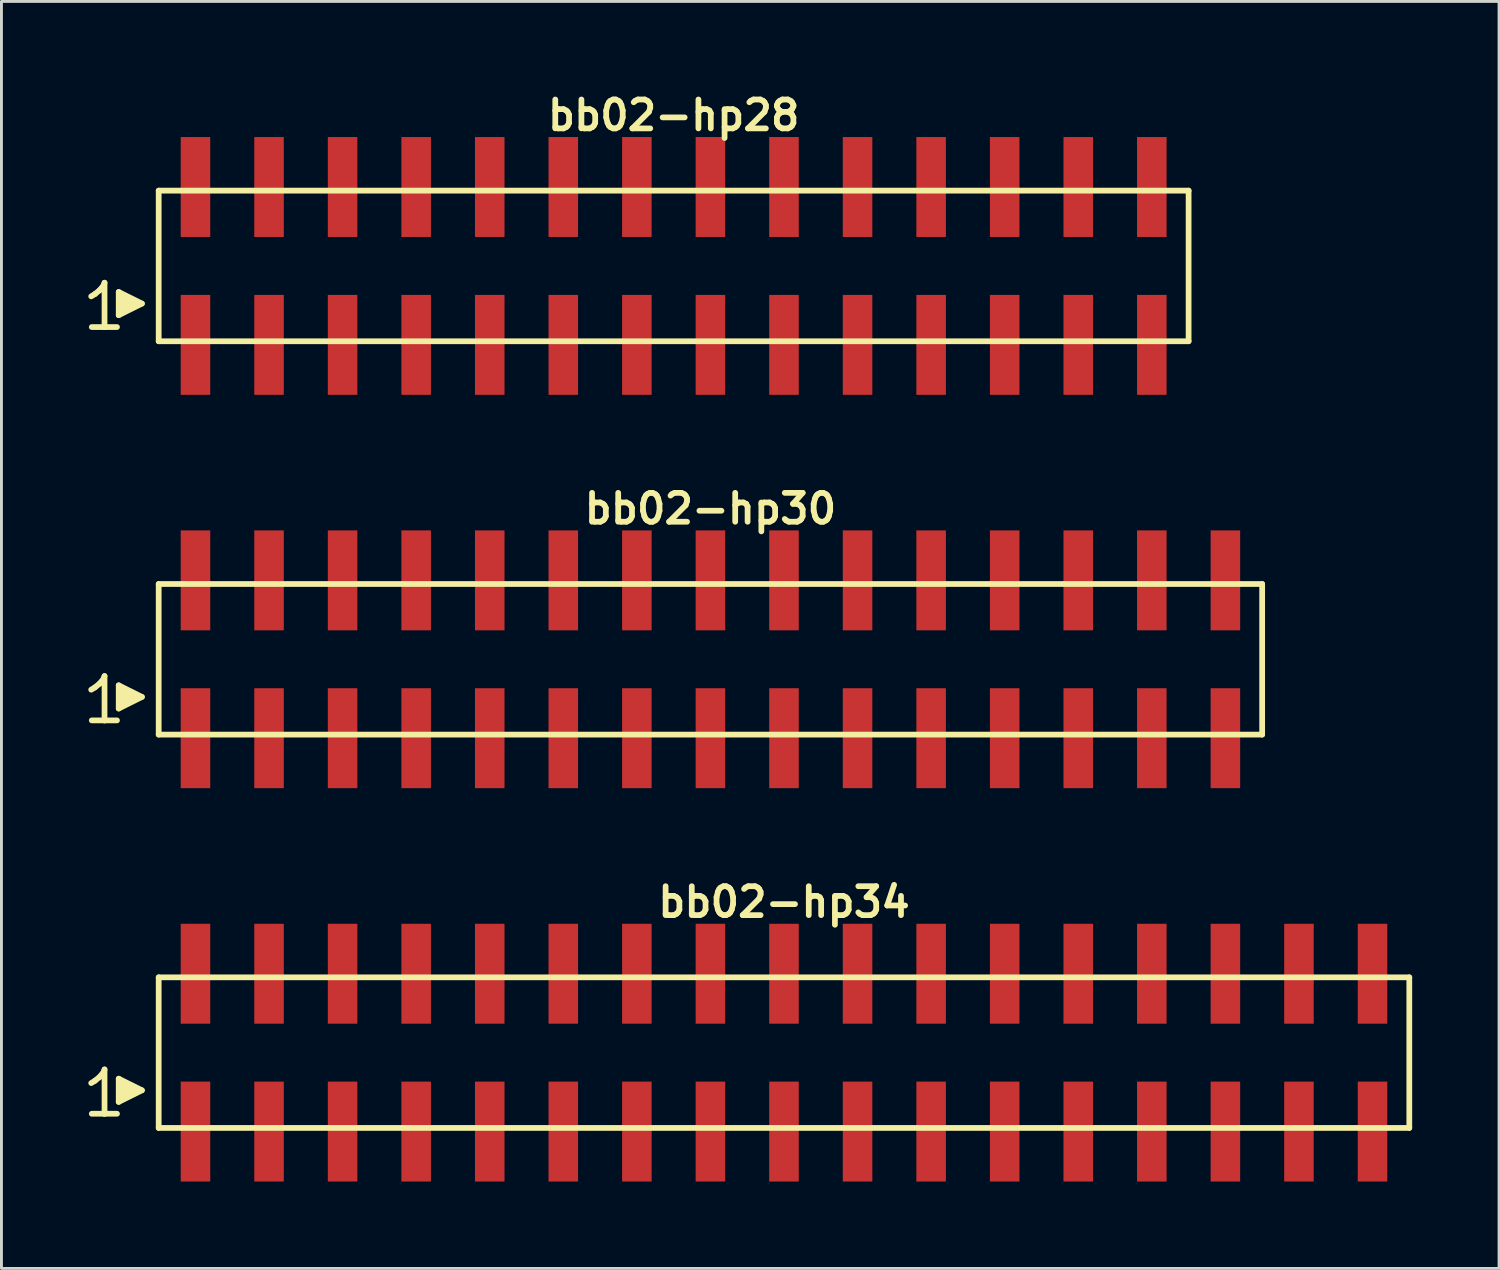
<source format=kicad_pcb>
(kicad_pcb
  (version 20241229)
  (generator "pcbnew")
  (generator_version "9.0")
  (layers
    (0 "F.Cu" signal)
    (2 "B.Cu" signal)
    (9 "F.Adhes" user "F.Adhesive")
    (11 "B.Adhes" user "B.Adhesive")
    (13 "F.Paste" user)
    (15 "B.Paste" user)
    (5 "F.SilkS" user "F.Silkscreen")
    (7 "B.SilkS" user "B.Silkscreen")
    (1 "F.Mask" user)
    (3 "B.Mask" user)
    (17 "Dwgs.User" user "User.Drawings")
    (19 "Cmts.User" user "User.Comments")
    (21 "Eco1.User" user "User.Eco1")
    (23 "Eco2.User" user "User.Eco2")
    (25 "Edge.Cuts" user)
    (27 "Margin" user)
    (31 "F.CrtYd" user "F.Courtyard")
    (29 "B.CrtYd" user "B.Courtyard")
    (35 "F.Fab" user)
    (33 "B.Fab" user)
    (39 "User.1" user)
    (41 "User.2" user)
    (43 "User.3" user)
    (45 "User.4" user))
  (footprint "bb02-hp34"
    (layer "F.Cu")
    (at 24.019 33.295)
    (property "Reference" "bb02-hp34" (at 0 -5.2 0) (layer "F.SilkS") (effects (font (size 0.998 0.998) (thickness 0.198))))
    (attr smd)
    (fp_line (start -23.92 1.05) (end -23.79 0.97) (stroke (width 0.198) (type solid)) (layer "F.SilkS"))
    (fp_line (start -23.79 0.97) (end -23.63 0.84) (stroke (width 0.198) (type solid)) (layer "F.SilkS"))
    (fp_line (start -23.63 0.84) (end -23.49 0.67) (stroke (width 0.198) (type solid)) (layer "F.SilkS"))
    (fp_line (start -23.49 0.67) (end -23.46 0.58) (stroke (width 0.198) (type solid)) (layer "F.SilkS"))
    (fp_line (start -23.46 0.58) (end -23.46 2.11) (stroke (width 0.198) (type solid)) (layer "F.SilkS"))
    (fp_line (start -23.46 2.11) (end -23.9 2.11) (stroke (width 0.198) (type solid)) (layer "F.SilkS"))
    (fp_line (start -23.03 2.11) (end -23.47 2.11) (stroke (width 0.198) (type solid)) (layer "F.SilkS"))
    (fp_line (start -22.97 0.9) (end -22.17 1.3) (stroke (width 0.198) (type solid)) (layer "F.SilkS"))
    (fp_line (start -22.97 1.7) (end -22.97 0.9) (stroke (width 0.198) (type solid)) (layer "F.SilkS"))
    (fp_line (start -22.87 1.6) (end -22.87 1) (stroke (width 0.198) (type solid)) (layer "F.SilkS"))
    (fp_line (start -22.77 1.1) (end -22.77 1.5) (stroke (width 0.198) (type solid)) (layer "F.SilkS"))
    (fp_line (start -22.67 1.5) (end -22.67 1.1) (stroke (width 0.198) (type solid)) (layer "F.SilkS"))
    (fp_line (start -22.57 1.2) (end -22.57 1.4) (stroke (width 0.198) (type solid)) (layer "F.SilkS"))
    (fp_line (start -22.47 1.4) (end -22.47 1.2) (stroke (width 0.198) (type solid)) (layer "F.SilkS"))
    (fp_line (start -22.17 1.3) (end -22.97 1.7) (stroke (width 0.198) (type solid)) (layer "F.SilkS"))
    (fp_line (start -21.59 -2.6) (end -21.59 2.6) (stroke (width 0.198) (type solid)) (layer "F.SilkS"))
    (fp_line (start -21.59 -2.6) (end 21.59 -2.6) (stroke (width 0.198) (type solid)) (layer "F.SilkS"))
    (fp_line (start 21.59 2.6) (end -21.59 2.6) (stroke (width 0.198) (type solid)) (layer "F.SilkS"))
    (fp_line (start 21.59 2.6) (end 21.59 -2.6) (stroke (width 0.198) (type solid)) (layer "F.SilkS"))
    (pad "1" smd rect (at -20.32 2.725) (size 1.02 3.45) (layers "F.Cu" "F.Mask" "F.Paste"))
    (pad "2" smd rect (at -20.32 -2.725) (size 1.02 3.45) (layers "F.Cu" "F.Mask" "F.Paste"))
    (pad "3" smd rect (at -17.78 2.725) (size 1.02 3.45) (layers "F.Cu" "F.Mask" "F.Paste"))
    (pad "4" smd rect (at -17.78 -2.725) (size 1.02 3.45) (layers "F.Cu" "F.Mask" "F.Paste"))
    (pad "5" smd rect (at -15.24 2.725) (size 1.02 3.45) (layers "F.Cu" "F.Mask" "F.Paste"))
    (pad "6" smd rect (at -15.24 -2.725) (size 1.02 3.45) (layers "F.Cu" "F.Mask" "F.Paste"))
    (pad "7" smd rect (at -12.7 2.725) (size 1.02 3.45) (layers "F.Cu" "F.Mask" "F.Paste"))
    (pad "8" smd rect (at -12.7 -2.725) (size 1.02 3.45) (layers "F.Cu" "F.Mask" "F.Paste"))
    (pad "9" smd rect (at -10.16 2.725) (size 1.02 3.45) (layers "F.Cu" "F.Mask" "F.Paste"))
    (pad "10" smd rect (at -10.16 -2.725) (size 1.02 3.45) (layers "F.Cu" "F.Mask" "F.Paste"))
    (pad "11" smd rect (at -7.62 2.725) (size 1.02 3.45) (layers "F.Cu" "F.Mask" "F.Paste"))
    (pad "12" smd rect (at -7.62 -2.725) (size 1.02 3.45) (layers "F.Cu" "F.Mask" "F.Paste"))
    (pad "13" smd rect (at -5.08 2.725) (size 1.02 3.45) (layers "F.Cu" "F.Mask" "F.Paste"))
    (pad "14" smd rect (at -5.08 -2.725) (size 1.02 3.45) (layers "F.Cu" "F.Mask" "F.Paste"))
    (pad "15" smd rect (at -2.54 2.725) (size 1.02 3.45) (layers "F.Cu" "F.Mask" "F.Paste"))
    (pad "16" smd rect (at -2.54 -2.725) (size 1.02 3.45) (layers "F.Cu" "F.Mask" "F.Paste"))
    (pad "17" smd rect (at 0 2.725) (size 1.02 3.45) (layers "F.Cu" "F.Mask" "F.Paste"))
    (pad "18" smd rect (at 0 -2.725) (size 1.02 3.45) (layers "F.Cu" "F.Mask" "F.Paste"))
    (pad "19" smd rect (at 2.54 2.725) (size 1.02 3.45) (layers "F.Cu" "F.Mask" "F.Paste"))
    (pad "20" smd rect (at 2.54 -2.725) (size 1.02 3.45) (layers "F.Cu" "F.Mask" "F.Paste"))
    (pad "21" smd rect (at 5.08 2.725) (size 1.02 3.45) (layers "F.Cu" "F.Mask" "F.Paste"))
    (pad "22" smd rect (at 5.08 -2.725) (size 1.02 3.45) (layers "F.Cu" "F.Mask" "F.Paste"))
    (pad "23" smd rect (at 7.62 2.725) (size 1.02 3.45) (layers "F.Cu" "F.Mask" "F.Paste"))
    (pad "24" smd rect (at 7.62 -2.725) (size 1.02 3.45) (layers "F.Cu" "F.Mask" "F.Paste"))
    (pad "25" smd rect (at 10.16 2.725) (size 1.02 3.45) (layers "F.Cu" "F.Mask" "F.Paste"))
    (pad "26" smd rect (at 10.16 -2.725) (size 1.02 3.45) (layers "F.Cu" "F.Mask" "F.Paste"))
    (pad "27" smd rect (at 12.7 2.725) (size 1.02 3.45) (layers "F.Cu" "F.Mask" "F.Paste"))
    (pad "28" smd rect (at 12.7 -2.725) (size 1.02 3.45) (layers "F.Cu" "F.Mask" "F.Paste"))
    (pad "29" smd rect (at 15.24 2.725) (size 1.02 3.45) (layers "F.Cu" "F.Mask" "F.Paste"))
    (pad "30" smd rect (at 15.24 -2.725) (size 1.02 3.45) (layers "F.Cu" "F.Mask" "F.Paste"))
    (pad "31" smd rect (at 17.78 2.725) (size 1.02 3.45) (layers "F.Cu" "F.Mask" "F.Paste"))
    (pad "32" smd rect (at 17.78 -2.725) (size 1.02 3.45) (layers "F.Cu" "F.Mask" "F.Paste"))
    (pad "33" smd rect (at 20.32 2.725) (size 1.02 3.45) (layers "F.Cu" "F.Mask" "F.Paste"))
    (pad "34" smd rect (at 20.32 -2.725) (size 1.02 3.45) (layers "F.Cu" "F.Mask" "F.Paste")))
  (footprint "bb02-hp28"
    (layer "F.Cu")
    (at 20.209 6.132)
    (property "Reference" "bb02-hp28" (at 0 -5.2 0) (layer "F.SilkS") (effects (font (size 0.998 0.998) (thickness 0.198))))
    (attr smd)
    (fp_line (start -20.11 1.05) (end -19.98 0.97) (stroke (width 0.198) (type solid)) (layer "F.SilkS"))
    (fp_line (start -19.98 0.97) (end -19.82 0.84) (stroke (width 0.198) (type solid)) (layer "F.SilkS"))
    (fp_line (start -19.82 0.84) (end -19.68 0.67) (stroke (width 0.198) (type solid)) (layer "F.SilkS"))
    (fp_line (start -19.68 0.67) (end -19.65 0.58) (stroke (width 0.198) (type solid)) (layer "F.SilkS"))
    (fp_line (start -19.65 0.58) (end -19.65 2.11) (stroke (width 0.198) (type solid)) (layer "F.SilkS"))
    (fp_line (start -19.65 2.11) (end -20.09 2.11) (stroke (width 0.198) (type solid)) (layer "F.SilkS"))
    (fp_line (start -19.22 2.11) (end -19.66 2.11) (stroke (width 0.198) (type solid)) (layer "F.SilkS"))
    (fp_line (start -19.16 0.9) (end -18.36 1.3) (stroke (width 0.198) (type solid)) (layer "F.SilkS"))
    (fp_line (start -19.16 1.7) (end -19.16 0.9) (stroke (width 0.198) (type solid)) (layer "F.SilkS"))
    (fp_line (start -19.06 1.6) (end -19.06 1) (stroke (width 0.198) (type solid)) (layer "F.SilkS"))
    (fp_line (start -18.96 1.1) (end -18.96 1.5) (stroke (width 0.198) (type solid)) (layer "F.SilkS"))
    (fp_line (start -18.86 1.5) (end -18.86 1.1) (stroke (width 0.198) (type solid)) (layer "F.SilkS"))
    (fp_line (start -18.76 1.2) (end -18.76 1.4) (stroke (width 0.198) (type solid)) (layer "F.SilkS"))
    (fp_line (start -18.66 1.4) (end -18.66 1.2) (stroke (width 0.198) (type solid)) (layer "F.SilkS"))
    (fp_line (start -18.36 1.3) (end -19.16 1.7) (stroke (width 0.198) (type solid)) (layer "F.SilkS"))
    (fp_line (start -17.78 -2.6) (end -17.78 2.6) (stroke (width 0.198) (type solid)) (layer "F.SilkS"))
    (fp_line (start -17.78 -2.6) (end 17.78 -2.6) (stroke (width 0.198) (type solid)) (layer "F.SilkS"))
    (fp_line (start 17.78 2.6) (end -17.78 2.6) (stroke (width 0.198) (type solid)) (layer "F.SilkS"))
    (fp_line (start 17.78 2.6) (end 17.78 -2.6) (stroke (width 0.198) (type solid)) (layer "F.SilkS"))
    (pad "1" smd rect (at -16.51 2.725) (size 1.02 3.45) (layers "F.Cu" "F.Mask" "F.Paste"))
    (pad "2" smd rect (at -16.51 -2.725) (size 1.02 3.45) (layers "F.Cu" "F.Mask" "F.Paste"))
    (pad "3" smd rect (at -13.97 2.725) (size 1.02 3.45) (layers "F.Cu" "F.Mask" "F.Paste"))
    (pad "4" smd rect (at -13.97 -2.725) (size 1.02 3.45) (layers "F.Cu" "F.Mask" "F.Paste"))
    (pad "5" smd rect (at -11.43 2.725) (size 1.02 3.45) (layers "F.Cu" "F.Mask" "F.Paste"))
    (pad "6" smd rect (at -11.43 -2.725) (size 1.02 3.45) (layers "F.Cu" "F.Mask" "F.Paste"))
    (pad "7" smd rect (at -8.89 2.725) (size 1.02 3.45) (layers "F.Cu" "F.Mask" "F.Paste"))
    (pad "8" smd rect (at -8.89 -2.725) (size 1.02 3.45) (layers "F.Cu" "F.Mask" "F.Paste"))
    (pad "9" smd rect (at -6.35 2.725) (size 1.02 3.45) (layers "F.Cu" "F.Mask" "F.Paste"))
    (pad "10" smd rect (at -6.35 -2.725) (size 1.02 3.45) (layers "F.Cu" "F.Mask" "F.Paste"))
    (pad "11" smd rect (at -3.81 2.725) (size 1.02 3.45) (layers "F.Cu" "F.Mask" "F.Paste"))
    (pad "12" smd rect (at -3.81 -2.725) (size 1.02 3.45) (layers "F.Cu" "F.Mask" "F.Paste"))
    (pad "13" smd rect (at -1.27 2.725) (size 1.02 3.45) (layers "F.Cu" "F.Mask" "F.Paste"))
    (pad "14" smd rect (at -1.27 -2.725) (size 1.02 3.45) (layers "F.Cu" "F.Mask" "F.Paste"))
    (pad "15" smd rect (at 1.27 2.725) (size 1.02 3.45) (layers "F.Cu" "F.Mask" "F.Paste"))
    (pad "16" smd rect (at 1.27 -2.725) (size 1.02 3.45) (layers "F.Cu" "F.Mask" "F.Paste"))
    (pad "17" smd rect (at 3.81 2.725) (size 1.02 3.45) (layers "F.Cu" "F.Mask" "F.Paste"))
    (pad "18" smd rect (at 3.81 -2.725) (size 1.02 3.45) (layers "F.Cu" "F.Mask" "F.Paste"))
    (pad "19" smd rect (at 6.35 2.725) (size 1.02 3.45) (layers "F.Cu" "F.Mask" "F.Paste"))
    (pad "20" smd rect (at 6.35 -2.725) (size 1.02 3.45) (layers "F.Cu" "F.Mask" "F.Paste"))
    (pad "21" smd rect (at 8.89 2.725) (size 1.02 3.45) (layers "F.Cu" "F.Mask" "F.Paste"))
    (pad "22" smd rect (at 8.89 -2.725) (size 1.02 3.45) (layers "F.Cu" "F.Mask" "F.Paste"))
    (pad "23" smd rect (at 11.43 2.725) (size 1.02 3.45) (layers "F.Cu" "F.Mask" "F.Paste"))
    (pad "24" smd rect (at 11.43 -2.725) (size 1.02 3.45) (layers "F.Cu" "F.Mask" "F.Paste"))
    (pad "25" smd rect (at 13.97 2.725) (size 1.02 3.45) (layers "F.Cu" "F.Mask" "F.Paste"))
    (pad "26" smd rect (at 13.97 -2.725) (size 1.02 3.45) (layers "F.Cu" "F.Mask" "F.Paste"))
    (pad "27" smd rect (at 16.51 2.725) (size 1.02 3.45) (layers "F.Cu" "F.Mask" "F.Paste"))
    (pad "28" smd rect (at 16.51 -2.725) (size 1.02 3.45) (layers "F.Cu" "F.Mask" "F.Paste")))
  (footprint "bb02-hp30"
    (layer "F.Cu")
    (at 21.479 19.713)
    (property "Reference" "bb02-hp30" (at 0 -5.2 0) (layer "F.SilkS") (effects (font (size 0.998 0.998) (thickness 0.198))))
    (attr smd)
    (fp_line (start -21.38 1.05) (end -21.25 0.97) (stroke (width 0.198) (type solid)) (layer "F.SilkS"))
    (fp_line (start -21.25 0.97) (end -21.09 0.84) (stroke (width 0.198) (type solid)) (layer "F.SilkS"))
    (fp_line (start -21.09 0.84) (end -20.95 0.67) (stroke (width 0.198) (type solid)) (layer "F.SilkS"))
    (fp_line (start -20.95 0.67) (end -20.92 0.58) (stroke (width 0.198) (type solid)) (layer "F.SilkS"))
    (fp_line (start -20.92 0.58) (end -20.92 2.11) (stroke (width 0.198) (type solid)) (layer "F.SilkS"))
    (fp_line (start -20.92 2.11) (end -21.36 2.11) (stroke (width 0.198) (type solid)) (layer "F.SilkS"))
    (fp_line (start -20.49 2.11) (end -20.93 2.11) (stroke (width 0.198) (type solid)) (layer "F.SilkS"))
    (fp_line (start -20.43 0.9) (end -19.63 1.3) (stroke (width 0.198) (type solid)) (layer "F.SilkS"))
    (fp_line (start -20.43 1.7) (end -20.43 0.9) (stroke (width 0.198) (type solid)) (layer "F.SilkS"))
    (fp_line (start -20.33 1.6) (end -20.33 1) (stroke (width 0.198) (type solid)) (layer "F.SilkS"))
    (fp_line (start -20.23 1.1) (end -20.23 1.5) (stroke (width 0.198) (type solid)) (layer "F.SilkS"))
    (fp_line (start -20.13 1.5) (end -20.13 1.1) (stroke (width 0.198) (type solid)) (layer "F.SilkS"))
    (fp_line (start -20.03 1.2) (end -20.03 1.4) (stroke (width 0.198) (type solid)) (layer "F.SilkS"))
    (fp_line (start -19.93 1.4) (end -19.93 1.2) (stroke (width 0.198) (type solid)) (layer "F.SilkS"))
    (fp_line (start -19.63 1.3) (end -20.43 1.7) (stroke (width 0.198) (type solid)) (layer "F.SilkS"))
    (fp_line (start -19.05 -2.6) (end -19.05 2.6) (stroke (width 0.198) (type solid)) (layer "F.SilkS"))
    (fp_line (start -19.05 -2.6) (end 19.05 -2.6) (stroke (width 0.198) (type solid)) (layer "F.SilkS"))
    (fp_line (start 19.05 2.6) (end -19.05 2.6) (stroke (width 0.198) (type solid)) (layer "F.SilkS"))
    (fp_line (start 19.05 2.6) (end 19.05 -2.6) (stroke (width 0.198) (type solid)) (layer "F.SilkS"))
    (pad "1" smd rect (at -17.78 2.725) (size 1.02 3.45) (layers "F.Cu" "F.Mask" "F.Paste"))
    (pad "2" smd rect (at -17.78 -2.725) (size 1.02 3.45) (layers "F.Cu" "F.Mask" "F.Paste"))
    (pad "3" smd rect (at -15.24 2.725) (size 1.02 3.45) (layers "F.Cu" "F.Mask" "F.Paste"))
    (pad "4" smd rect (at -15.24 -2.725) (size 1.02 3.45) (layers "F.Cu" "F.Mask" "F.Paste"))
    (pad "5" smd rect (at -12.7 2.725) (size 1.02 3.45) (layers "F.Cu" "F.Mask" "F.Paste"))
    (pad "6" smd rect (at -12.7 -2.725) (size 1.02 3.45) (layers "F.Cu" "F.Mask" "F.Paste"))
    (pad "7" smd rect (at -10.16 2.725) (size 1.02 3.45) (layers "F.Cu" "F.Mask" "F.Paste"))
    (pad "8" smd rect (at -10.16 -2.725) (size 1.02 3.45) (layers "F.Cu" "F.Mask" "F.Paste"))
    (pad "9" smd rect (at -7.62 2.725) (size 1.02 3.45) (layers "F.Cu" "F.Mask" "F.Paste"))
    (pad "10" smd rect (at -7.62 -2.725) (size 1.02 3.45) (layers "F.Cu" "F.Mask" "F.Paste"))
    (pad "11" smd rect (at -5.08 2.725) (size 1.02 3.45) (layers "F.Cu" "F.Mask" "F.Paste"))
    (pad "12" smd rect (at -5.08 -2.725) (size 1.02 3.45) (layers "F.Cu" "F.Mask" "F.Paste"))
    (pad "13" smd rect (at -2.54 2.725) (size 1.02 3.45) (layers "F.Cu" "F.Mask" "F.Paste"))
    (pad "14" smd rect (at -2.54 -2.725) (size 1.02 3.45) (layers "F.Cu" "F.Mask" "F.Paste"))
    (pad "15" smd rect (at 0 2.725) (size 1.02 3.45) (layers "F.Cu" "F.Mask" "F.Paste"))
    (pad "16" smd rect (at 0 -2.725) (size 1.02 3.45) (layers "F.Cu" "F.Mask" "F.Paste"))
    (pad "17" smd rect (at 2.54 2.725) (size 1.02 3.45) (layers "F.Cu" "F.Mask" "F.Paste"))
    (pad "18" smd rect (at 2.54 -2.725) (size 1.02 3.45) (layers "F.Cu" "F.Mask" "F.Paste"))
    (pad "19" smd rect (at 5.08 2.725) (size 1.02 3.45) (layers "F.Cu" "F.Mask" "F.Paste"))
    (pad "20" smd rect (at 5.08 -2.725) (size 1.02 3.45) (layers "F.Cu" "F.Mask" "F.Paste"))
    (pad "21" smd rect (at 7.62 2.725) (size 1.02 3.45) (layers "F.Cu" "F.Mask" "F.Paste"))
    (pad "22" smd rect (at 7.62 -2.725) (size 1.02 3.45) (layers "F.Cu" "F.Mask" "F.Paste"))
    (pad "23" smd rect (at 10.16 2.725) (size 1.02 3.45) (layers "F.Cu" "F.Mask" "F.Paste"))
    (pad "24" smd rect (at 10.16 -2.725) (size 1.02 3.45) (layers "F.Cu" "F.Mask" "F.Paste"))
    (pad "25" smd rect (at 12.7 2.725) (size 1.02 3.45) (layers "F.Cu" "F.Mask" "F.Paste"))
    (pad "26" smd rect (at 12.7 -2.725) (size 1.02 3.45) (layers "F.Cu" "F.Mask" "F.Paste"))
    (pad "27" smd rect (at 15.24 2.725) (size 1.02 3.45) (layers "F.Cu" "F.Mask" "F.Paste"))
    (pad "28" smd rect (at 15.24 -2.725) (size 1.02 3.45) (layers "F.Cu" "F.Mask" "F.Paste"))
    (pad "29" smd rect (at 17.78 2.725) (size 1.02 3.45) (layers "F.Cu" "F.Mask" "F.Paste"))
    (pad "30" smd rect (at 17.78 -2.725) (size 1.02 3.45) (layers "F.Cu" "F.Mask" "F.Paste")))
  (gr_rect
    (start -3 -3)
    (end 48.708 40.745)
    (stroke (width 0.1) (type default))
    (fill no)
    (layer "Edge.Cuts")))
</source>
